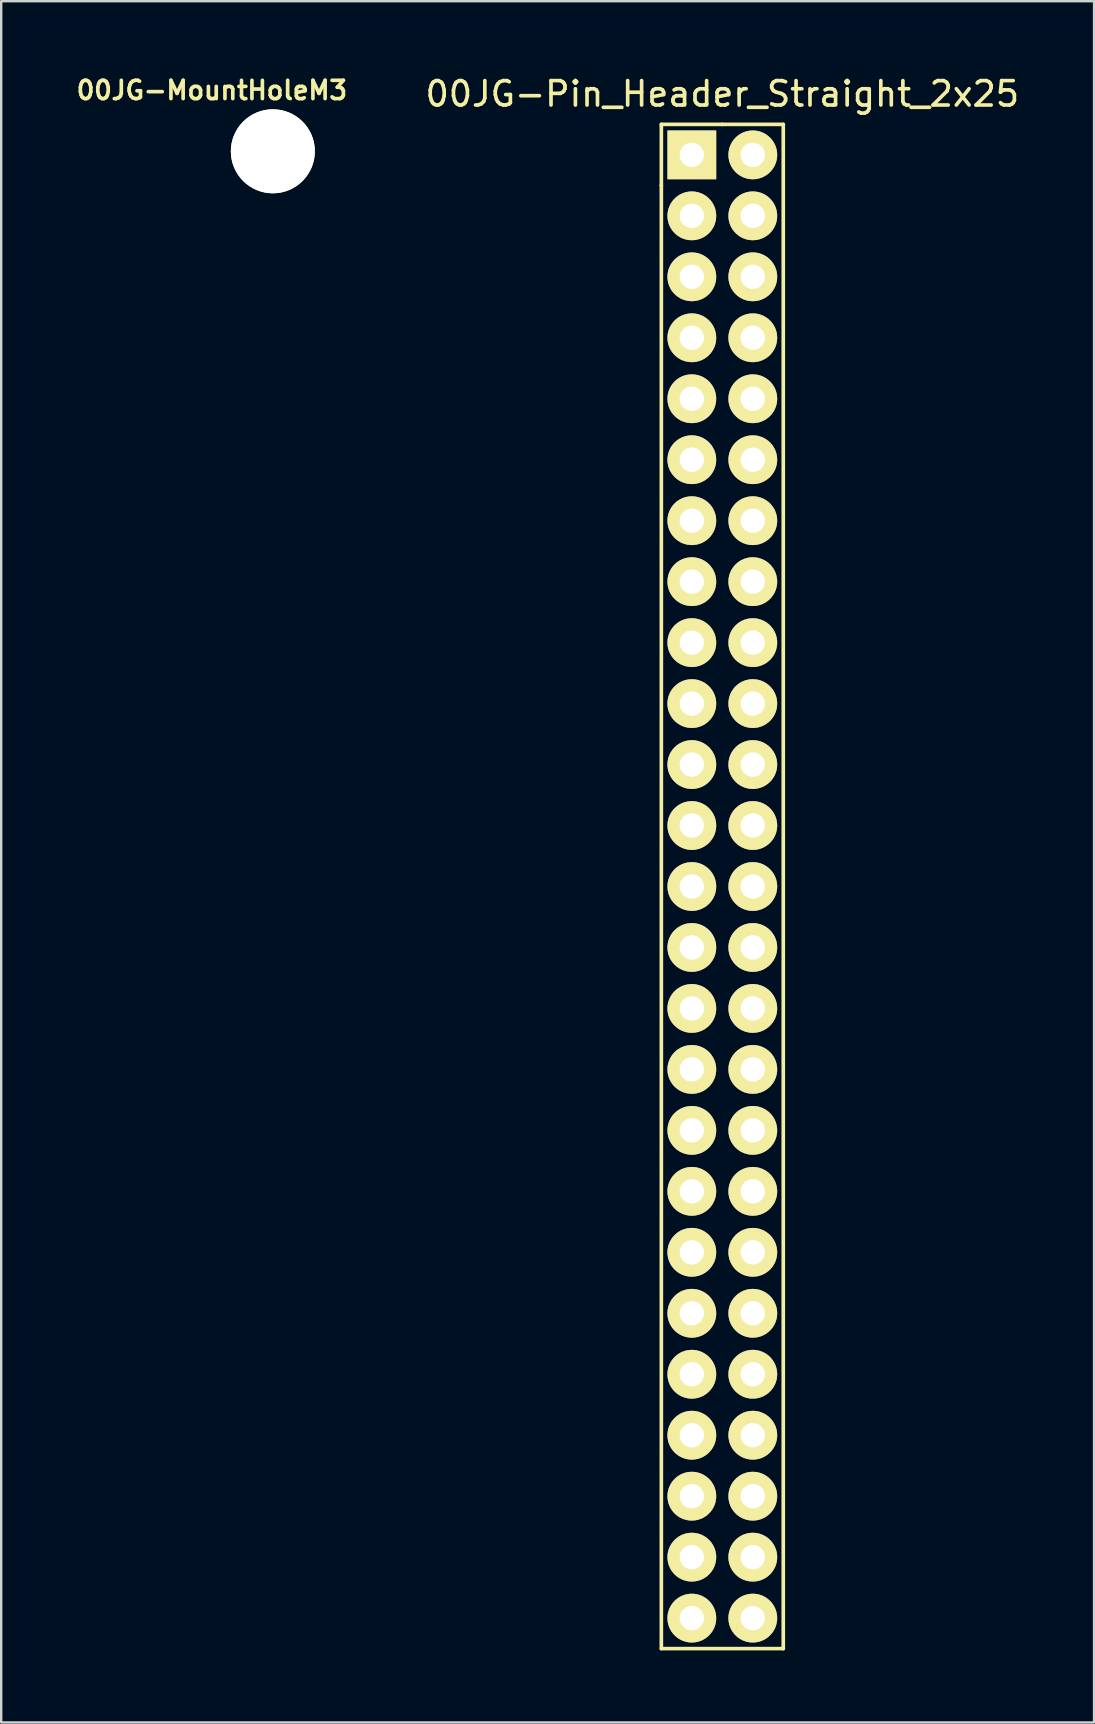
<source format=kicad_pcb>
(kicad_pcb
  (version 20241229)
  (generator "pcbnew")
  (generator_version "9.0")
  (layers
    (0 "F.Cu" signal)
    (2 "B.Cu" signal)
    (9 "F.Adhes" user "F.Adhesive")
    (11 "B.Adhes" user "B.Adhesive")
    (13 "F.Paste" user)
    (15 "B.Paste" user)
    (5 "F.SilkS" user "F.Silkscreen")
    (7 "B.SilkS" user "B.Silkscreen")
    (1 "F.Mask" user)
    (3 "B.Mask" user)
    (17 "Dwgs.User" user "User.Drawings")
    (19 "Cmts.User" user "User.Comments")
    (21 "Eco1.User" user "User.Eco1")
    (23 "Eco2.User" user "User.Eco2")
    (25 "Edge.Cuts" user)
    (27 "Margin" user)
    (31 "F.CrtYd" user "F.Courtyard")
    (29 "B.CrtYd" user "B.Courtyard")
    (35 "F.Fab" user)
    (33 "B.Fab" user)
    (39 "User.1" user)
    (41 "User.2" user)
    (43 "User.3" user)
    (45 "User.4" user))
  (footprint "00JG-Pin_Header_Straight_2x25"
    (layer "F.Cu")
    (at 25.772 3.402)
    (property "Reference" "00JG-Pin_Header_Straight_2x25" (at 1.27 -2.54 0) (layer "F.SilkS") (effects (font (size 1.016 1.016) (thickness 0.152))))
    (attr through_hole)
    (fp_line (start -1.27 -1.27) (end 1.27 -1.27) (stroke (width 0.152) (type solid)) (layer "F.SilkS"))
    (fp_line (start -1.27 1.27) (end -1.27 -1.27) (stroke (width 0.152) (type solid)) (layer "F.SilkS"))
    (fp_line (start -1.27 1.27) (end -1.27 62.23) (stroke (width 0.152) (type solid)) (layer "F.SilkS"))
    (fp_line (start 3.81 -1.27) (end 1.27 -1.27) (stroke (width 0.152) (type solid)) (layer "F.SilkS"))
    (fp_line (start 3.81 62.23) (end -1.27 62.23) (stroke (width 0.152) (type solid)) (layer "F.SilkS"))
    (fp_line (start 3.81 62.23) (end 3.81 -1.27) (stroke (width 0.152) (type solid)) (layer "F.SilkS"))
    (pad "1" thru_hole rect (at 0 0) (size 2.032 2.032) (drill 1.016) (layers "*.Cu" "*.Mask" "F.SilkS"))
    (pad "2" thru_hole oval (at 2.54 0) (size 2.032 2.032) (drill 1.016) (layers "*.Cu" "*.Mask" "F.SilkS"))
    (pad "3" thru_hole oval (at 0 2.54) (size 2.032 2.032) (drill 1.016) (layers "*.Cu" "*.Mask" "F.SilkS"))
    (pad "4" thru_hole oval (at 2.54 2.54) (size 2.032 2.032) (drill 1.016) (layers "*.Cu" "*.Mask" "F.SilkS"))
    (pad "5" thru_hole oval (at 0 5.08) (size 2.032 2.032) (drill 1.016) (layers "*.Cu" "*.Mask" "F.SilkS"))
    (pad "6" thru_hole oval (at 2.54 5.08) (size 2.032 2.032) (drill 1.016) (layers "*.Cu" "*.Mask" "F.SilkS"))
    (pad "7" thru_hole oval (at 0 7.62) (size 2.032 2.032) (drill 1.016) (layers "*.Cu" "*.Mask" "F.SilkS"))
    (pad "8" thru_hole oval (at 2.54 7.62) (size 2.032 2.032) (drill 1.016) (layers "*.Cu" "*.Mask" "F.SilkS"))
    (pad "9" thru_hole oval (at 0 10.16) (size 2.032 2.032) (drill 1.016) (layers "*.Cu" "*.Mask" "F.SilkS"))
    (pad "10" thru_hole oval (at 2.54 10.16) (size 2.032 2.032) (drill 1.016) (layers "*.Cu" "*.Mask" "F.SilkS"))
    (pad "11" thru_hole oval (at 0 12.7) (size 2.032 2.032) (drill 1.016) (layers "*.Cu" "*.Mask" "F.SilkS"))
    (pad "12" thru_hole oval (at 2.54 12.7) (size 2.032 2.032) (drill 1.016) (layers "*.Cu" "*.Mask" "F.SilkS"))
    (pad "13" thru_hole oval (at 0 15.24) (size 2.032 2.032) (drill 1.016) (layers "*.Cu" "*.Mask" "F.SilkS"))
    (pad "14" thru_hole oval (at 2.54 15.24) (size 2.032 2.032) (drill 1.016) (layers "*.Cu" "*.Mask" "F.SilkS"))
    (pad "15" thru_hole oval (at 0 17.78) (size 2.032 2.032) (drill 1.016) (layers "*.Cu" "*.Mask" "F.SilkS"))
    (pad "16" thru_hole oval (at 2.54 17.78) (size 2.032 2.032) (drill 1.016) (layers "*.Cu" "*.Mask" "F.SilkS"))
    (pad "17" thru_hole oval (at 0 20.32) (size 2.032 2.032) (drill 1.016) (layers "*.Cu" "*.Mask" "F.SilkS"))
    (pad "18" thru_hole oval (at 2.54 20.32) (size 2.032 2.032) (drill 1.016) (layers "*.Cu" "*.Mask" "F.SilkS"))
    (pad "19" thru_hole oval (at 0 22.86) (size 2.032 2.032) (drill 1.016) (layers "*.Cu" "*.Mask" "F.SilkS"))
    (pad "20" thru_hole oval (at 2.54 22.86) (size 2.032 2.032) (drill 1.016) (layers "*.Cu" "*.Mask" "F.SilkS"))
    (pad "21" thru_hole oval (at 0 25.4) (size 2.032 2.032) (drill 1.016) (layers "*.Cu" "*.Mask" "F.SilkS"))
    (pad "22" thru_hole oval (at 2.54 25.4) (size 2.032 2.032) (drill 1.016) (layers "*.Cu" "*.Mask" "F.SilkS"))
    (pad "23" thru_hole oval (at 0 27.94) (size 2.032 2.032) (drill 1.016) (layers "*.Cu" "*.Mask" "F.SilkS"))
    (pad "24" thru_hole oval (at 2.54 27.94) (size 2.032 2.032) (drill 1.016) (layers "*.Cu" "*.Mask" "F.SilkS"))
    (pad "25" thru_hole oval (at 0 30.48) (size 2.032 2.032) (drill 1.016) (layers "*.Cu" "*.Mask" "F.SilkS"))
    (pad "26" thru_hole oval (at 2.54 30.48) (size 2.032 2.032) (drill 1.016) (layers "*.Cu" "*.Mask" "F.SilkS"))
    (pad "27" thru_hole oval (at 0 33.02) (size 2.032 2.032) (drill 1.016) (layers "*.Cu" "*.Mask" "F.SilkS"))
    (pad "28" thru_hole oval (at 2.54 33.02) (size 2.032 2.032) (drill 1.016) (layers "*.Cu" "*.Mask" "F.SilkS"))
    (pad "29" thru_hole oval (at 0 35.56) (size 2.032 2.032) (drill 1.016) (layers "*.Cu" "*.Mask" "F.SilkS"))
    (pad "30" thru_hole oval (at 2.54 35.56) (size 2.032 2.032) (drill 1.016) (layers "*.Cu" "*.Mask" "F.SilkS"))
    (pad "31" thru_hole oval (at 0 38.1) (size 2.032 2.032) (drill 1.016) (layers "*.Cu" "*.Mask" "F.SilkS"))
    (pad "32" thru_hole oval (at 2.54 38.1) (size 2.032 2.032) (drill 1.016) (layers "*.Cu" "*.Mask" "F.SilkS"))
    (pad "33" thru_hole oval (at 0 40.64) (size 2.032 2.032) (drill 1.016) (layers "*.Cu" "*.Mask" "F.SilkS"))
    (pad "34" thru_hole oval (at 2.54 40.64) (size 2.032 2.032) (drill 1.016) (layers "*.Cu" "*.Mask" "F.SilkS"))
    (pad "35" thru_hole oval (at 0 43.18) (size 2.032 2.032) (drill 1.016) (layers "*.Cu" "*.Mask" "F.SilkS"))
    (pad "36" thru_hole oval (at 2.54 43.18) (size 2.032 2.032) (drill 1.016) (layers "*.Cu" "*.Mask" "F.SilkS"))
    (pad "37" thru_hole oval (at 0 45.72) (size 2.032 2.032) (drill 1.016) (layers "*.Cu" "*.Mask" "F.SilkS"))
    (pad "38" thru_hole oval (at 2.54 45.72) (size 2.032 2.032) (drill 1.016) (layers "*.Cu" "*.Mask" "F.SilkS"))
    (pad "39" thru_hole oval (at 0 48.26) (size 2.032 2.032) (drill 1.016) (layers "*.Cu" "*.Mask" "F.SilkS"))
    (pad "40" thru_hole oval (at 2.54 48.26) (size 2.032 2.032) (drill 1.016) (layers "*.Cu" "*.Mask" "F.SilkS"))
    (pad "41" thru_hole oval (at 0 50.8) (size 2.032 2.032) (drill 1.016) (layers "*.Cu" "*.Mask" "F.SilkS"))
    (pad "42" thru_hole oval (at 2.54 50.8) (size 2.032 2.032) (drill 1.016) (layers "*.Cu" "*.Mask" "F.SilkS"))
    (pad "43" thru_hole oval (at 0 53.34) (size 2.032 2.032) (drill 1.016) (layers "*.Cu" "*.Mask" "F.SilkS"))
    (pad "44" thru_hole oval (at 2.54 53.34) (size 2.032 2.032) (drill 1.016) (layers "*.Cu" "*.Mask" "F.SilkS"))
    (pad "45" thru_hole oval (at 0 55.88) (size 2.032 2.032) (drill 1.016) (layers "*.Cu" "*.Mask" "F.SilkS"))
    (pad "46" thru_hole oval (at 2.54 55.88) (size 2.032 2.032) (drill 1.016) (layers "*.Cu" "*.Mask" "F.SilkS"))
    (pad "47" thru_hole oval (at 0 58.42) (size 2.032 2.032) (drill 1.016) (layers "*.Cu" "*.Mask" "F.SilkS"))
    (pad "48" thru_hole oval (at 2.54 58.42) (size 2.032 2.032) (drill 1.016) (layers "*.Cu" "*.Mask" "F.SilkS"))
    (pad "49" thru_hole oval (at 0 60.96) (size 2.032 2.032) (drill 1.016) (layers "*.Cu" "*.Mask" "F.SilkS"))
    (pad "50" thru_hole oval (at 2.54 60.96) (size 2.032 2.032) (drill 1.016) (layers "*.Cu" "*.Mask" "F.SilkS")))
  (footprint "00JG-MountHoleM3"
    (layer "F.Cu")
    (at 8.317 3.253)
    (property "Reference" "00JG-MountHoleM3" (at -2.54 -2.54 0) (layer "F.SilkS") (effects (font (size 0.762 0.762) (thickness 0.152))))
    (attr through_hole)
    (pad "" np_thru_hole circle (at 0 0) (size 3.5 3.5) (drill 3.5) (layers "*.Cu" "*.Mask" "F.SilkS")))
  (gr_rect
    (start -3 -3)
    (end 42.53 68.708)
    (stroke (width 0.1) (type default))
    (fill no)
    (layer "Edge.Cuts")))
</source>
